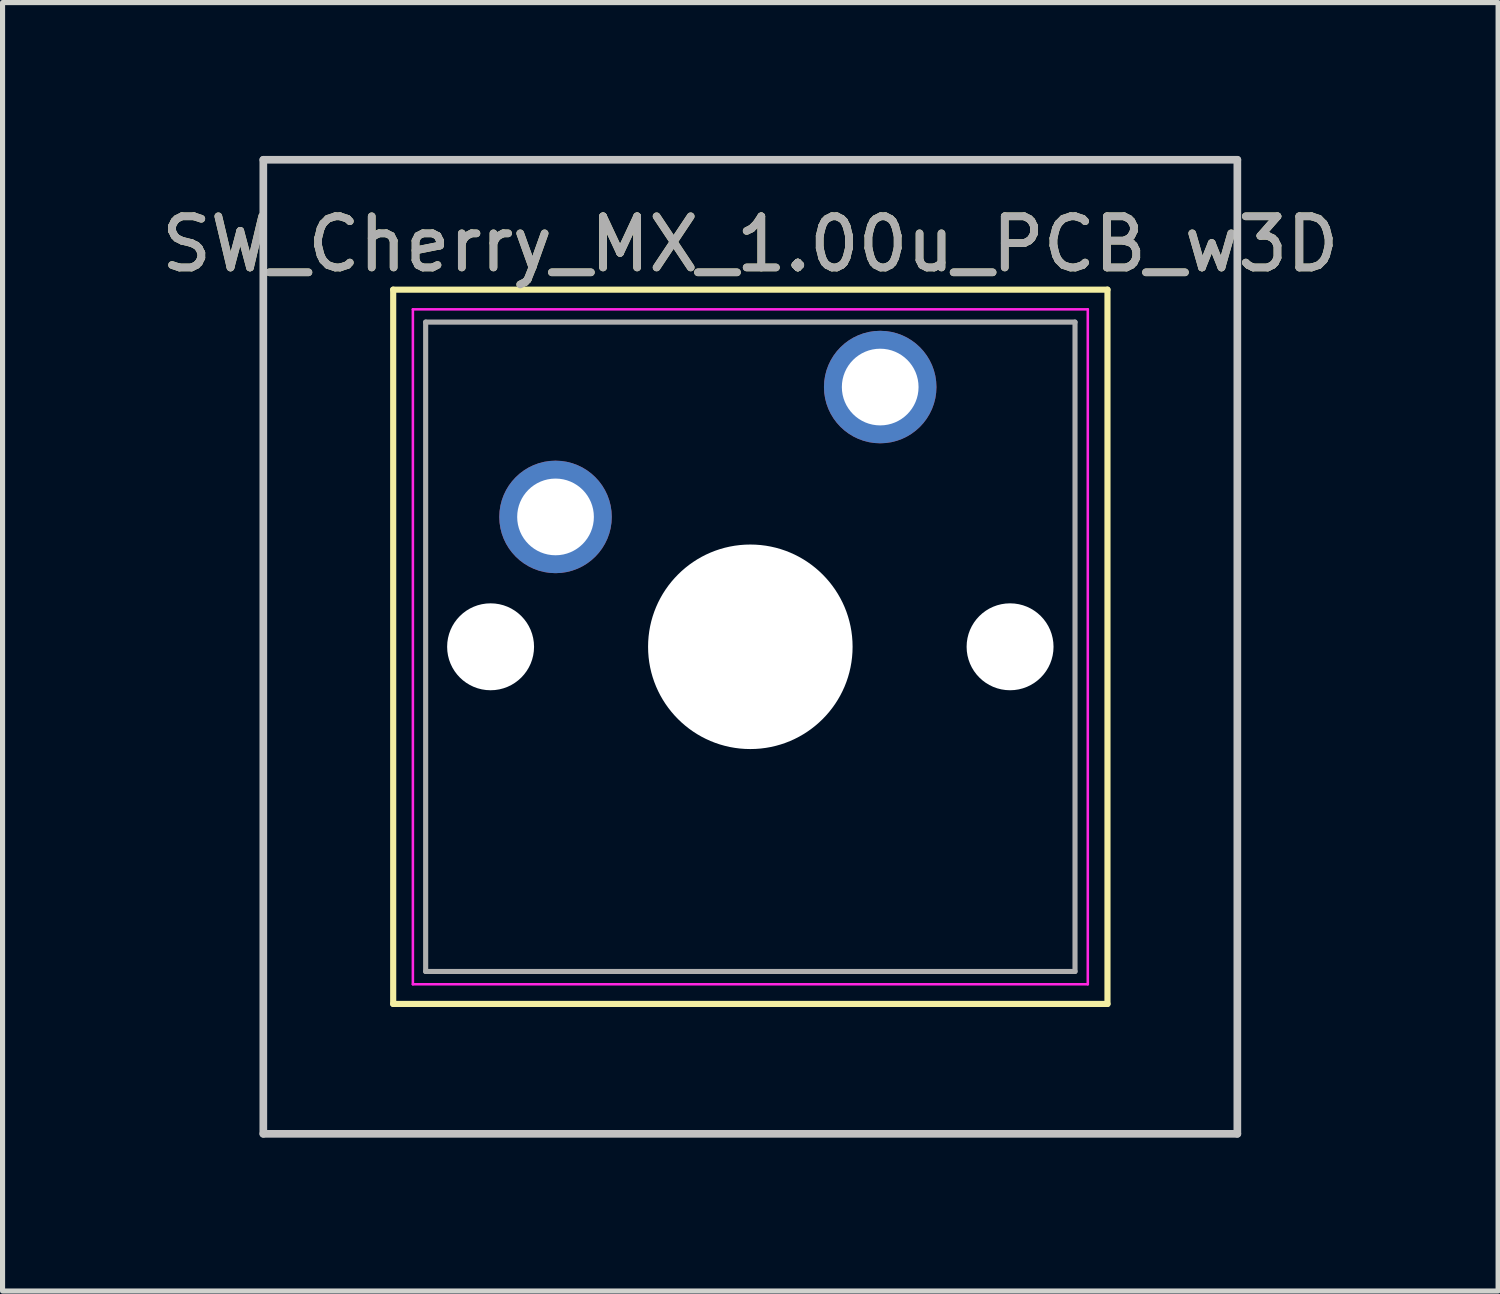
<source format=kicad_pcb>
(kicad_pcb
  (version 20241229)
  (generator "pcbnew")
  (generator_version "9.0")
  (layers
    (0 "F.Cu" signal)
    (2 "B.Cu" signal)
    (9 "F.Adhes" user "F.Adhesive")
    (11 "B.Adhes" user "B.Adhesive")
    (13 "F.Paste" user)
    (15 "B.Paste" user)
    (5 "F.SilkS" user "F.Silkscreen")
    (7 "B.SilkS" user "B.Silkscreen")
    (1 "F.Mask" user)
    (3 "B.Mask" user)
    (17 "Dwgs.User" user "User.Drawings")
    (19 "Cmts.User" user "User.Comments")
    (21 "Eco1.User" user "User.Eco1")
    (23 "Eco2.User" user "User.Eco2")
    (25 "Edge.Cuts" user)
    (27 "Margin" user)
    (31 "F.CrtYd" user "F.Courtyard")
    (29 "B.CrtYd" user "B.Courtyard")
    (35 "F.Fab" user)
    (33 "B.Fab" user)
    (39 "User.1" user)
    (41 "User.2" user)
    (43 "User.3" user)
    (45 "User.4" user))
  (footprint "SW_Cherry_MX_1.00u_PCB_w3D"
    (layer "F.Cu")
    (at 14.165 4.52)
    (property "Reference" "SW_Cherry_MX_1.00u_PCB_w3D" (at -2.54 -2.794 0) (layer "F.SilkS") (effects (font (size 1 1) (thickness 0.15))))
    (attr through_hole)
    (fp_line (start -9.525 -1.905) (end 4.445 -1.905) (stroke (width 0.12) (type solid)) (layer "F.SilkS"))
    (fp_line (start -9.525 12.065) (end -9.525 -1.905) (stroke (width 0.12) (type solid)) (layer "F.SilkS"))
    (fp_line (start 4.445 -1.905) (end 4.445 12.065) (stroke (width 0.12) (type solid)) (layer "F.SilkS"))
    (fp_line (start 4.445 12.065) (end -9.525 12.065) (stroke (width 0.12) (type solid)) (layer "F.SilkS"))
    (fp_line (start -12.065 -4.445) (end 6.985 -4.445) (stroke (width 0.15) (type solid)) (layer "Dwgs.User"))
    (fp_line (start -12.065 14.605) (end -12.065 -4.445) (stroke (width 0.15) (type solid)) (layer "Dwgs.User"))
    (fp_line (start 6.985 -4.445) (end 6.985 14.605) (stroke (width 0.15) (type solid)) (layer "Dwgs.User"))
    (fp_line (start 6.985 14.605) (end -12.065 14.605) (stroke (width 0.15) (type solid)) (layer "Dwgs.User"))
    (fp_line (start -9.14 -1.52) (end 4.06 -1.52) (stroke (width 0.05) (type solid)) (layer "F.CrtYd"))
    (fp_line (start -9.14 11.68) (end -9.14 -1.52) (stroke (width 0.05) (type solid)) (layer "F.CrtYd"))
    (fp_line (start 4.06 -1.52) (end 4.06 11.68) (stroke (width 0.05) (type solid)) (layer "F.CrtYd"))
    (fp_line (start 4.06 11.68) (end -9.14 11.68) (stroke (width 0.05) (type solid)) (layer "F.CrtYd"))
    (fp_line (start -8.89 -1.27) (end 3.81 -1.27) (stroke (width 0.1) (type solid)) (layer "F.Fab"))
    (fp_line (start -8.89 11.43) (end -8.89 -1.27) (stroke (width 0.1) (type solid)) (layer "F.Fab"))
    (fp_line (start 3.81 -1.27) (end 3.81 11.43) (stroke (width 0.1) (type solid)) (layer "F.Fab"))
    (fp_line (start 3.81 11.43) (end -8.89 11.43) (stroke (width 0.1) (type solid)) (layer "F.Fab"))
    (fp_text user "${REFERENCE}" (at -2.54 -2.794 0) (layer "F.Fab") (effects (font (size 1 1) (thickness 0.15))))
    (pad "" np_thru_hole circle (at -7.62 5.08) (size 1.7 1.7) (drill 1.7) (layers "*.Cu" "*.Mask"))
    (pad "" np_thru_hole circle (at -2.54 5.08) (size 4 4) (drill 4) (layers "*.Cu" "*.Mask"))
    (pad "" np_thru_hole circle (at 2.54 5.08) (size 1.7 1.7) (drill 1.7) (layers "*.Cu" "*.Mask"))
    (pad "1" thru_hole circle (at 0 0) (size 2.2 2.2) (drill 1.5) (layers "*.Cu" "*.Mask"))
    (pad "2" thru_hole circle (at -6.35 2.54) (size 2.2 2.2) (drill 1.5) (layers "*.Cu" "*.Mask")))
  (gr_rect
    (start -3 -3)
    (end 26.25 22.2)
    (stroke (width 0.1) (type default))
    (fill no)
    (layer "Edge.Cuts")))
</source>
